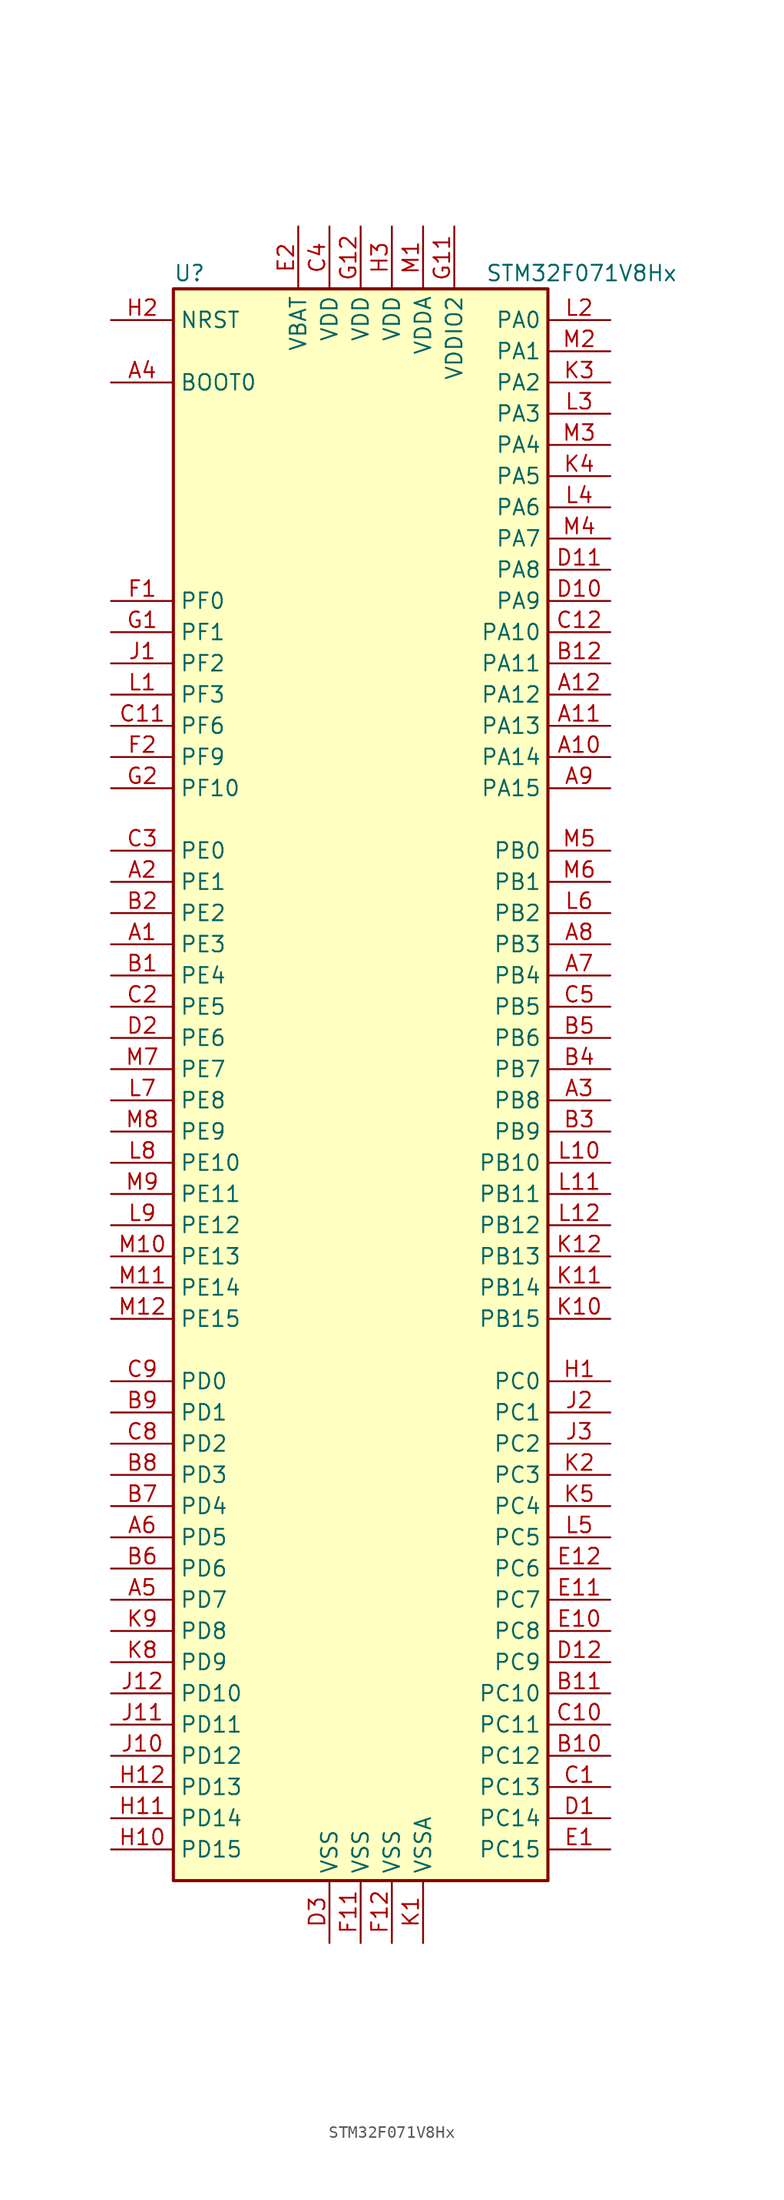
<source format=kicad_sym>
(kicad_symbol_lib
  (version 20211014)
  (generator kicad_symbol_editor)
  (symbol "STM32F071V8Hx"
    (property "Reference" "U"
      (at -15.24 64.77 0)
      (effects (font (size 1.27 1.27)) (justify left)))
    (property "Value" "STM32F071V8Hx"
      (at 10.16 64.77 0)
      (effects (font (size 1.27 1.27)) (justify left)))
    (symbol "STM32F071V8Hx_0_1"
      (rectangle (start -15.24 -66.04) (end 15.24 63.5) (stroke (width 0.254) (type default) (color 0 0 0 0)) (fill (type background))))
    (symbol "STM32F071V8Hx_1_1"
      (pin bidirectional line (at -20.32 10.16 0) (length 5.08) (name "PE3" (effects (font (size 1.27 1.27)))) (number "A1" (effects (font (size 1.27 1.27)))))
      (pin bidirectional line (at 20.32 25.4 180) (length 5.08) (name "PA14" (effects (font (size 1.27 1.27)))) (number "A10" (effects (font (size 1.27 1.27)))))
      (pin bidirectional line (at 20.32 27.94 180) (length 5.08) (name "PA13" (effects (font (size 1.27 1.27)))) (number "A11" (effects (font (size 1.27 1.27)))))
      (pin bidirectional line (at 20.32 30.48 180) (length 5.08) (name "PA12" (effects (font (size 1.27 1.27)))) (number "A12" (effects (font (size 1.27 1.27)))))
      (pin bidirectional line (at -20.32 15.24 0) (length 5.08) (name "PE1" (effects (font (size 1.27 1.27)))) (number "A2" (effects (font (size 1.27 1.27)))))
      (pin bidirectional line (at 20.32 -2.54 180) (length 5.08) (name "PB8" (effects (font (size 1.27 1.27)))) (number "A3" (effects (font (size 1.27 1.27)))))
      (pin input line (at -20.32 55.88 0) (length 5.08) (name "BOOT0" (effects (font (size 1.27 1.27)))) (number "A4" (effects (font (size 1.27 1.27)))))
      (pin bidirectional line (at -20.32 -43.18 0) (length 5.08) (name "PD7" (effects (font (size 1.27 1.27)))) (number "A5" (effects (font (size 1.27 1.27)))))
      (pin bidirectional line (at -20.32 -38.1 0) (length 5.08) (name "PD5" (effects (font (size 1.27 1.27)))) (number "A6" (effects (font (size 1.27 1.27)))))
      (pin bidirectional line (at 20.32 7.62 180) (length 5.08) (name "PB4" (effects (font (size 1.27 1.27)))) (number "A7" (effects (font (size 1.27 1.27)))))
      (pin bidirectional line (at 20.32 10.16 180) (length 5.08) (name "PB3" (effects (font (size 1.27 1.27)))) (number "A8" (effects (font (size 1.27 1.27)))))
      (pin bidirectional line (at 20.32 22.86 180) (length 5.08) (name "PA15" (effects (font (size 1.27 1.27)))) (number "A9" (effects (font (size 1.27 1.27)))))
      (pin bidirectional line (at -20.32 7.62 0) (length 5.08) (name "PE4" (effects (font (size 1.27 1.27)))) (number "B1" (effects (font (size 1.27 1.27)))))
      (pin bidirectional line (at 20.32 -55.88 180) (length 5.08) (name "PC12" (effects (font (size 1.27 1.27)))) (number "B10" (effects (font (size 1.27 1.27)))))
      (pin bidirectional line (at 20.32 -50.8 180) (length 5.08) (name "PC10" (effects (font (size 1.27 1.27)))) (number "B11" (effects (font (size 1.27 1.27)))))
      (pin bidirectional line (at 20.32 33.02 180) (length 5.08) (name "PA11" (effects (font (size 1.27 1.27)))) (number "B12" (effects (font (size 1.27 1.27)))))
      (pin bidirectional line (at -20.32 12.7 0) (length 5.08) (name "PE2" (effects (font (size 1.27 1.27)))) (number "B2" (effects (font (size 1.27 1.27)))))
      (pin bidirectional line (at 20.32 -5.08 180) (length 5.08) (name "PB9" (effects (font (size 1.27 1.27)))) (number "B3" (effects (font (size 1.27 1.27)))))
      (pin bidirectional line (at 20.32 0 180) (length 5.08) (name "PB7" (effects (font (size 1.27 1.27)))) (number "B4" (effects (font (size 1.27 1.27)))))
      (pin bidirectional line (at 20.32 2.54 180) (length 5.08) (name "PB6" (effects (font (size 1.27 1.27)))) (number "B5" (effects (font (size 1.27 1.27)))))
      (pin bidirectional line (at -20.32 -40.64 0) (length 5.08) (name "PD6" (effects (font (size 1.27 1.27)))) (number "B6" (effects (font (size 1.27 1.27)))))
      (pin bidirectional line (at -20.32 -35.56 0) (length 5.08) (name "PD4" (effects (font (size 1.27 1.27)))) (number "B7" (effects (font (size 1.27 1.27)))))
      (pin bidirectional line (at -20.32 -33.02 0) (length 5.08) (name "PD3" (effects (font (size 1.27 1.27)))) (number "B8" (effects (font (size 1.27 1.27)))))
      (pin bidirectional line (at -20.32 -27.94 0) (length 5.08) (name "PD1" (effects (font (size 1.27 1.27)))) (number "B9" (effects (font (size 1.27 1.27)))))
      (pin bidirectional line (at 20.32 -58.42 180) (length 5.08) (name "PC13" (effects (font (size 1.27 1.27)))) (number "C1" (effects (font (size 1.27 1.27)))))
      (pin bidirectional line (at 20.32 -53.34 180) (length 5.08) (name "PC11" (effects (font (size 1.27 1.27)))) (number "C10" (effects (font (size 1.27 1.27)))))
      (pin bidirectional line (at -20.32 27.94 0) (length 5.08) (name "PF6" (effects (font (size 1.27 1.27)))) (number "C11" (effects (font (size 1.27 1.27)))))
      (pin bidirectional line (at 20.32 35.56 180) (length 5.08) (name "PA10" (effects (font (size 1.27 1.27)))) (number "C12" (effects (font (size 1.27 1.27)))))
      (pin bidirectional line (at -20.32 5.08 0) (length 5.08) (name "PE5" (effects (font (size 1.27 1.27)))) (number "C2" (effects (font (size 1.27 1.27)))))
      (pin bidirectional line (at -20.32 17.78 0) (length 5.08) (name "PE0" (effects (font (size 1.27 1.27)))) (number "C3" (effects (font (size 1.27 1.27)))))
      (pin power_in line (at -2.54 68.58 270) (length 5.08) (name "VDD" (effects (font (size 1.27 1.27)))) (number "C4" (effects (font (size 1.27 1.27)))))
      (pin bidirectional line (at 20.32 5.08 180) (length 5.08) (name "PB5" (effects (font (size 1.27 1.27)))) (number "C5" (effects (font (size 1.27 1.27)))))
      (pin bidirectional line (at -20.32 -30.48 0) (length 5.08) (name "PD2" (effects (font (size 1.27 1.27)))) (number "C8" (effects (font (size 1.27 1.27)))))
      (pin bidirectional line (at -20.32 -25.4 0) (length 5.08) (name "PD0" (effects (font (size 1.27 1.27)))) (number "C9" (effects (font (size 1.27 1.27)))))
      (pin bidirectional line (at 20.32 -60.96 180) (length 5.08) (name "PC14" (effects (font (size 1.27 1.27)))) (number "D1" (effects (font (size 1.27 1.27)))))
      (pin bidirectional line (at 20.32 38.1 180) (length 5.08) (name "PA9" (effects (font (size 1.27 1.27)))) (number "D10" (effects (font (size 1.27 1.27)))))
      (pin bidirectional line (at 20.32 40.64 180) (length 5.08) (name "PA8" (effects (font (size 1.27 1.27)))) (number "D11" (effects (font (size 1.27 1.27)))))
      (pin bidirectional line (at 20.32 -48.26 180) (length 5.08) (name "PC9" (effects (font (size 1.27 1.27)))) (number "D12" (effects (font (size 1.27 1.27)))))
      (pin bidirectional line (at -20.32 2.54 0) (length 5.08) (name "PE6" (effects (font (size 1.27 1.27)))) (number "D2" (effects (font (size 1.27 1.27)))))
      (pin power_in line (at -2.54 -71.12 90) (length 5.08) (name "VSS" (effects (font (size 1.27 1.27)))) (number "D3" (effects (font (size 1.27 1.27)))))
      (pin bidirectional line (at 20.32 -63.5 180) (length 5.08) (name "PC15" (effects (font (size 1.27 1.27)))) (number "E1" (effects (font (size 1.27 1.27)))))
      (pin bidirectional line (at 20.32 -45.72 180) (length 5.08) (name "PC8" (effects (font (size 1.27 1.27)))) (number "E10" (effects (font (size 1.27 1.27)))))
      (pin bidirectional line (at 20.32 -43.18 180) (length 5.08) (name "PC7" (effects (font (size 1.27 1.27)))) (number "E11" (effects (font (size 1.27 1.27)))))
      (pin bidirectional line (at 20.32 -40.64 180) (length 5.08) (name "PC6" (effects (font (size 1.27 1.27)))) (number "E12" (effects (font (size 1.27 1.27)))))
      (pin power_in line (at -5.08 68.58 270) (length 5.08) (name "VBAT" (effects (font (size 1.27 1.27)))) (number "E2" (effects (font (size 1.27 1.27)))))
      (pin no_connect line (at -15.24 -63.5 0) (length 5.08) hide (name "NC" (effects (font (size 1.27 1.27)))) (number "E3" (effects (font (size 1.27 1.27)))))
      (pin input line (at -20.32 38.1 0) (length 5.08) (name "PF0" (effects (font (size 1.27 1.27)))) (number "F1" (effects (font (size 1.27 1.27)))))
      (pin power_in line (at 0 -71.12 90) (length 5.08) (name "VSS" (effects (font (size 1.27 1.27)))) (number "F11" (effects (font (size 1.27 1.27)))))
      (pin power_in line (at 2.54 -71.12 90) (length 5.08) (name "VSS" (effects (font (size 1.27 1.27)))) (number "F12" (effects (font (size 1.27 1.27)))))
      (pin bidirectional line (at -20.32 25.4 0) (length 5.08) (name "PF9" (effects (font (size 1.27 1.27)))) (number "F2" (effects (font (size 1.27 1.27)))))
      (pin input line (at -20.32 35.56 0) (length 5.08) (name "PF1" (effects (font (size 1.27 1.27)))) (number "G1" (effects (font (size 1.27 1.27)))))
      (pin power_in line (at 7.62 68.58 270) (length 5.08) (name "VDDIO2" (effects (font (size 1.27 1.27)))) (number "G11" (effects (font (size 1.27 1.27)))))
      (pin power_in line (at 0 68.58 270) (length 5.08) (name "VDD" (effects (font (size 1.27 1.27)))) (number "G12" (effects (font (size 1.27 1.27)))))
      (pin bidirectional line (at -20.32 22.86 0) (length 5.08) (name "PF10" (effects (font (size 1.27 1.27)))) (number "G2" (effects (font (size 1.27 1.27)))))
      (pin bidirectional line (at 20.32 -25.4 180) (length 5.08) (name "PC0" (effects (font (size 1.27 1.27)))) (number "H1" (effects (font (size 1.27 1.27)))))
      (pin bidirectional line (at -20.32 -63.5 0) (length 5.08) (name "PD15" (effects (font (size 1.27 1.27)))) (number "H10" (effects (font (size 1.27 1.27)))))
      (pin bidirectional line (at -20.32 -60.96 0) (length 5.08) (name "PD14" (effects (font (size 1.27 1.27)))) (number "H11" (effects (font (size 1.27 1.27)))))
      (pin bidirectional line (at -20.32 -58.42 0) (length 5.08) (name "PD13" (effects (font (size 1.27 1.27)))) (number "H12" (effects (font (size 1.27 1.27)))))
      (pin input line (at -20.32 60.96 0) (length 5.08) (name "NRST" (effects (font (size 1.27 1.27)))) (number "H2" (effects (font (size 1.27 1.27)))))
      (pin power_in line (at 2.54 68.58 270) (length 5.08) (name "VDD" (effects (font (size 1.27 1.27)))) (number "H3" (effects (font (size 1.27 1.27)))))
      (pin bidirectional line (at -20.32 33.02 0) (length 5.08) (name "PF2" (effects (font (size 1.27 1.27)))) (number "J1" (effects (font (size 1.27 1.27)))))
      (pin bidirectional line (at -20.32 -55.88 0) (length 5.08) (name "PD12" (effects (font (size 1.27 1.27)))) (number "J10" (effects (font (size 1.27 1.27)))))
      (pin bidirectional line (at -20.32 -53.34 0) (length 5.08) (name "PD11" (effects (font (size 1.27 1.27)))) (number "J11" (effects (font (size 1.27 1.27)))))
      (pin bidirectional line (at -20.32 -50.8 0) (length 5.08) (name "PD10" (effects (font (size 1.27 1.27)))) (number "J12" (effects (font (size 1.27 1.27)))))
      (pin bidirectional line (at 20.32 -27.94 180) (length 5.08) (name "PC1" (effects (font (size 1.27 1.27)))) (number "J2" (effects (font (size 1.27 1.27)))))
      (pin bidirectional line (at 20.32 -30.48 180) (length 5.08) (name "PC2" (effects (font (size 1.27 1.27)))) (number "J3" (effects (font (size 1.27 1.27)))))
      (pin power_in line (at 5.08 -71.12 90) (length 5.08) (name "VSSA" (effects (font (size 1.27 1.27)))) (number "K1" (effects (font (size 1.27 1.27)))))
      (pin bidirectional line (at 20.32 -20.32 180) (length 5.08) (name "PB15" (effects (font (size 1.27 1.27)))) (number "K10" (effects (font (size 1.27 1.27)))))
      (pin bidirectional line (at 20.32 -17.78 180) (length 5.08) (name "PB14" (effects (font (size 1.27 1.27)))) (number "K11" (effects (font (size 1.27 1.27)))))
      (pin bidirectional line (at 20.32 -15.24 180) (length 5.08) (name "PB13" (effects (font (size 1.27 1.27)))) (number "K12" (effects (font (size 1.27 1.27)))))
      (pin bidirectional line (at 20.32 -33.02 180) (length 5.08) (name "PC3" (effects (font (size 1.27 1.27)))) (number "K2" (effects (font (size 1.27 1.27)))))
      (pin bidirectional line (at 20.32 55.88 180) (length 5.08) (name "PA2" (effects (font (size 1.27 1.27)))) (number "K3" (effects (font (size 1.27 1.27)))))
      (pin bidirectional line (at 20.32 48.26 180) (length 5.08) (name "PA5" (effects (font (size 1.27 1.27)))) (number "K4" (effects (font (size 1.27 1.27)))))
      (pin bidirectional line (at 20.32 -35.56 180) (length 5.08) (name "PC4" (effects (font (size 1.27 1.27)))) (number "K5" (effects (font (size 1.27 1.27)))))
      (pin bidirectional line (at -20.32 -48.26 0) (length 5.08) (name "PD9" (effects (font (size 1.27 1.27)))) (number "K8" (effects (font (size 1.27 1.27)))))
      (pin bidirectional line (at -20.32 -45.72 0) (length 5.08) (name "PD8" (effects (font (size 1.27 1.27)))) (number "K9" (effects (font (size 1.27 1.27)))))
      (pin bidirectional line (at -20.32 30.48 0) (length 5.08) (name "PF3" (effects (font (size 1.27 1.27)))) (number "L1" (effects (font (size 1.27 1.27)))))
      (pin bidirectional line (at 20.32 -7.62 180) (length 5.08) (name "PB10" (effects (font (size 1.27 1.27)))) (number "L10" (effects (font (size 1.27 1.27)))))
      (pin bidirectional line (at 20.32 -10.16 180) (length 5.08) (name "PB11" (effects (font (size 1.27 1.27)))) (number "L11" (effects (font (size 1.27 1.27)))))
      (pin bidirectional line (at 20.32 -12.7 180) (length 5.08) (name "PB12" (effects (font (size 1.27 1.27)))) (number "L12" (effects (font (size 1.27 1.27)))))
      (pin bidirectional line (at 20.32 60.96 180) (length 5.08) (name "PA0" (effects (font (size 1.27 1.27)))) (number "L2" (effects (font (size 1.27 1.27)))))
      (pin bidirectional line (at 20.32 53.34 180) (length 5.08) (name "PA3" (effects (font (size 1.27 1.27)))) (number "L3" (effects (font (size 1.27 1.27)))))
      (pin bidirectional line (at 20.32 45.72 180) (length 5.08) (name "PA6" (effects (font (size 1.27 1.27)))) (number "L4" (effects (font (size 1.27 1.27)))))
      (pin bidirectional line (at 20.32 -38.1 180) (length 5.08) (name "PC5" (effects (font (size 1.27 1.27)))) (number "L5" (effects (font (size 1.27 1.27)))))
      (pin bidirectional line (at 20.32 12.7 180) (length 5.08) (name "PB2" (effects (font (size 1.27 1.27)))) (number "L6" (effects (font (size 1.27 1.27)))))
      (pin bidirectional line (at -20.32 -2.54 0) (length 5.08) (name "PE8" (effects (font (size 1.27 1.27)))) (number "L7" (effects (font (size 1.27 1.27)))))
      (pin bidirectional line (at -20.32 -7.62 0) (length 5.08) (name "PE10" (effects (font (size 1.27 1.27)))) (number "L8" (effects (font (size 1.27 1.27)))))
      (pin bidirectional line (at -20.32 -12.7 0) (length 5.08) (name "PE12" (effects (font (size 1.27 1.27)))) (number "L9" (effects (font (size 1.27 1.27)))))
      (pin power_in line (at 5.08 68.58 270) (length 5.08) (name "VDDA" (effects (font (size 1.27 1.27)))) (number "M1" (effects (font (size 1.27 1.27)))))
      (pin bidirectional line (at -20.32 -15.24 0) (length 5.08) (name "PE13" (effects (font (size 1.27 1.27)))) (number "M10" (effects (font (size 1.27 1.27)))))
      (pin bidirectional line (at -20.32 -17.78 0) (length 5.08) (name "PE14" (effects (font (size 1.27 1.27)))) (number "M11" (effects (font (size 1.27 1.27)))))
      (pin bidirectional line (at -20.32 -20.32 0) (length 5.08) (name "PE15" (effects (font (size 1.27 1.27)))) (number "M12" (effects (font (size 1.27 1.27)))))
      (pin bidirectional line (at 20.32 58.42 180) (length 5.08) (name "PA1" (effects (font (size 1.27 1.27)))) (number "M2" (effects (font (size 1.27 1.27)))))
      (pin bidirectional line (at 20.32 50.8 180) (length 5.08) (name "PA4" (effects (font (size 1.27 1.27)))) (number "M3" (effects (font (size 1.27 1.27)))))
      (pin bidirectional line (at 20.32 43.18 180) (length 5.08) (name "PA7" (effects (font (size 1.27 1.27)))) (number "M4" (effects (font (size 1.27 1.27)))))
      (pin bidirectional line (at 20.32 17.78 180) (length 5.08) (name "PB0" (effects (font (size 1.27 1.27)))) (number "M5" (effects (font (size 1.27 1.27)))))
      (pin bidirectional line (at 20.32 15.24 180) (length 5.08) (name "PB1" (effects (font (size 1.27 1.27)))) (number "M6" (effects (font (size 1.27 1.27)))))
      (pin bidirectional line (at -20.32 0 0) (length 5.08) (name "PE7" (effects (font (size 1.27 1.27)))) (number "M7" (effects (font (size 1.27 1.27)))))
      (pin bidirectional line (at -20.32 -5.08 0) (length 5.08) (name "PE9" (effects (font (size 1.27 1.27)))) (number "M8" (effects (font (size 1.27 1.27)))))
      (pin bidirectional line (at -20.32 -10.16 0) (length 5.08) (name "PE11" (effects (font (size 1.27 1.27)))) (number "M9" (effects (font (size 1.27 1.27))))))))
</source>
